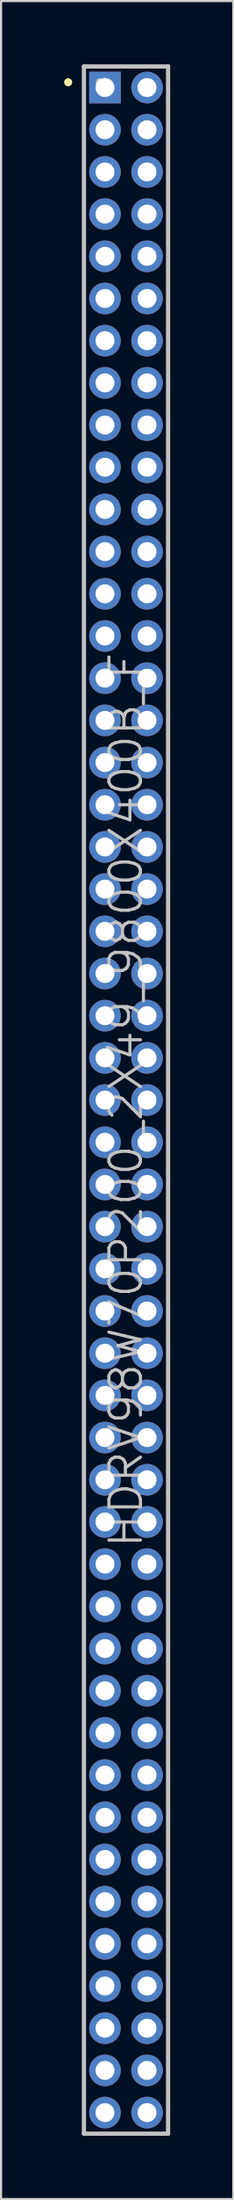
<source format=kicad_pcb>
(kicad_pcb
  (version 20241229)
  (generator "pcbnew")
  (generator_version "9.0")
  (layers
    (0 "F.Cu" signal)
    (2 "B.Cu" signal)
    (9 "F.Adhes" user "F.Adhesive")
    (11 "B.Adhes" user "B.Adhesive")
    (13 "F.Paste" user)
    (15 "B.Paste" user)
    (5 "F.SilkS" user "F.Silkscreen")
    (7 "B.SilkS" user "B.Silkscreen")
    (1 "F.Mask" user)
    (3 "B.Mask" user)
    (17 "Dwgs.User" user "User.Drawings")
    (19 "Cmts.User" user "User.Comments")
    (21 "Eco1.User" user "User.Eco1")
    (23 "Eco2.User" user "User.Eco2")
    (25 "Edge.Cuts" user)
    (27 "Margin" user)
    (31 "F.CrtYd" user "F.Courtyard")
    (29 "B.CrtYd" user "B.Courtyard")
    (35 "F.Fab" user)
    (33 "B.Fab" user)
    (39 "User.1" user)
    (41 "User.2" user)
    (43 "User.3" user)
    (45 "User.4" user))
  (footprint "HDRV98W70P200_2X49_9800X400B_F"
    (layer "F.Cu")
    (at 2.941 49.1)
    (property "Reference" "HDRV98W70P200_2X49_9800X400B_F" (at 0 0 90) (layer "Dwgs.User") (effects (font (size 1.5 1.5) (thickness 0.15))))
    (attr through_hole)
    (fp_line (start -2.75 -48.25) (end -2.75 -48.25) (stroke (width 0.381) (type solid)) (layer "F.SilkS"))
    (fp_line (start -2 -49) (end -2 49) (stroke (width 0.2) (type solid)) (layer "Dwgs.User"))
    (fp_line (start -2 -49) (end 2 -49) (stroke (width 0.2) (type solid)) (layer "Dwgs.User"))
    (fp_line (start -2 49) (end 2 49) (stroke (width 0.2) (type solid)) (layer "Dwgs.User"))
    (fp_line (start -1.25 -48.25) (end -1.25 -48.25) (stroke (width 0.381) (type solid)) (layer "Dwgs.User"))
    (fp_line (start 2 -49) (end 2 49) (stroke (width 0.2) (type solid)) (layer "Dwgs.User"))
    (pad "1" thru_hole rect (at -1 -48) (size 1.5 1.5) (drill 0.9) (layers "*.Cu" "*.Mask"))
    (pad "2" thru_hole circle (at 1 -48 270) (size 1.5 1.5) (drill 0.9) (layers "*.Cu" "*.Mask"))
    (pad "3" thru_hole circle (at -1 -46 270) (size 1.5 1.5) (drill 0.9) (layers "*.Cu" "*.Mask"))
    (pad "4" thru_hole circle (at 1 -46 270) (size 1.5 1.5) (drill 0.9) (layers "*.Cu" "*.Mask"))
    (pad "5" thru_hole circle (at -1 -44 270) (size 1.5 1.5) (drill 0.9) (layers "*.Cu" "*.Mask"))
    (pad "6" thru_hole circle (at 1 -44 270) (size 1.5 1.5) (drill 0.9) (layers "*.Cu" "*.Mask"))
    (pad "7" thru_hole circle (at -1 -42 270) (size 1.5 1.5) (drill 0.9) (layers "*.Cu" "*.Mask"))
    (pad "8" thru_hole circle (at 1 -42 270) (size 1.5 1.5) (drill 0.9) (layers "*.Cu" "*.Mask"))
    (pad "9" thru_hole circle (at -1 -40 270) (size 1.5 1.5) (drill 0.9) (layers "*.Cu" "*.Mask"))
    (pad "10" thru_hole circle (at 1 -40 270) (size 1.5 1.5) (drill 0.9) (layers "*.Cu" "*.Mask"))
    (pad "11" thru_hole circle (at -1 -38 270) (size 1.5 1.5) (drill 0.9) (layers "*.Cu" "*.Mask"))
    (pad "12" thru_hole circle (at 1 -38 270) (size 1.5 1.5) (drill 0.9) (layers "*.Cu" "*.Mask"))
    (pad "13" thru_hole circle (at -1 -36 270) (size 1.5 1.5) (drill 0.9) (layers "*.Cu" "*.Mask"))
    (pad "14" thru_hole circle (at 1 -36 270) (size 1.5 1.5) (drill 0.9) (layers "*.Cu" "*.Mask"))
    (pad "15" thru_hole circle (at -1 -34 270) (size 1.5 1.5) (drill 0.9) (layers "*.Cu" "*.Mask"))
    (pad "16" thru_hole circle (at 1 -34 270) (size 1.5 1.5) (drill 0.9) (layers "*.Cu" "*.Mask"))
    (pad "17" thru_hole circle (at -1 -32 270) (size 1.5 1.5) (drill 0.9) (layers "*.Cu" "*.Mask"))
    (pad "18" thru_hole circle (at 1 -32 270) (size 1.5 1.5) (drill 0.9) (layers "*.Cu" "*.Mask"))
    (pad "19" thru_hole circle (at -1 -30 270) (size 1.5 1.5) (drill 0.9) (layers "*.Cu" "*.Mask"))
    (pad "20" thru_hole circle (at 1 -30 270) (size 1.5 1.5) (drill 0.9) (layers "*.Cu" "*.Mask"))
    (pad "21" thru_hole circle (at -1 -28 270) (size 1.5 1.5) (drill 0.9) (layers "*.Cu" "*.Mask"))
    (pad "22" thru_hole circle (at 1 -28 270) (size 1.5 1.5) (drill 0.9) (layers "*.Cu" "*.Mask"))
    (pad "23" thru_hole circle (at -1 -26 270) (size 1.5 1.5) (drill 0.9) (layers "*.Cu" "*.Mask"))
    (pad "24" thru_hole circle (at 1 -26 270) (size 1.5 1.5) (drill 0.9) (layers "*.Cu" "*.Mask"))
    (pad "25" thru_hole circle (at -1 -24 270) (size 1.5 1.5) (drill 0.9) (layers "*.Cu" "*.Mask"))
    (pad "26" thru_hole circle (at 1 -24 270) (size 1.5 1.5) (drill 0.9) (layers "*.Cu" "*.Mask"))
    (pad "27" thru_hole circle (at -1 -22 270) (size 1.5 1.5) (drill 0.9) (layers "*.Cu" "*.Mask"))
    (pad "28" thru_hole circle (at 1 -22 270) (size 1.5 1.5) (drill 0.9) (layers "*.Cu" "*.Mask"))
    (pad "29" thru_hole circle (at -1 -20 270) (size 1.5 1.5) (drill 0.9) (layers "*.Cu" "*.Mask"))
    (pad "30" thru_hole circle (at 1 -20 270) (size 1.5 1.5) (drill 0.9) (layers "*.Cu" "*.Mask"))
    (pad "31" thru_hole circle (at -1 -18 270) (size 1.5 1.5) (drill 0.9) (layers "*.Cu" "*.Mask"))
    (pad "32" thru_hole circle (at 1 -18 270) (size 1.5 1.5) (drill 0.9) (layers "*.Cu" "*.Mask"))
    (pad "33" thru_hole circle (at -1 -16 270) (size 1.5 1.5) (drill 0.9) (layers "*.Cu" "*.Mask"))
    (pad "34" thru_hole circle (at 1 -16 270) (size 1.5 1.5) (drill 0.9) (layers "*.Cu" "*.Mask"))
    (pad "35" thru_hole circle (at -1 -14 270) (size 1.5 1.5) (drill 0.9) (layers "*.Cu" "*.Mask"))
    (pad "36" thru_hole circle (at 1 -14 270) (size 1.5 1.5) (drill 0.9) (layers "*.Cu" "*.Mask"))
    (pad "37" thru_hole circle (at -1 -12 270) (size 1.5 1.5) (drill 0.9) (layers "*.Cu" "*.Mask"))
    (pad "38" thru_hole circle (at 1 -12 270) (size 1.5 1.5) (drill 0.9) (layers "*.Cu" "*.Mask"))
    (pad "39" thru_hole circle (at -1 -10 270) (size 1.5 1.5) (drill 0.9) (layers "*.Cu" "*.Mask"))
    (pad "40" thru_hole circle (at 1 -10 270) (size 1.5 1.5) (drill 0.9) (layers "*.Cu" "*.Mask"))
    (pad "41" thru_hole circle (at -1 -8 270) (size 1.5 1.5) (drill 0.9) (layers "*.Cu" "*.Mask"))
    (pad "42" thru_hole circle (at 1 -8 270) (size 1.5 1.5) (drill 0.9) (layers "*.Cu" "*.Mask"))
    (pad "43" thru_hole circle (at -1 -6 270) (size 1.5 1.5) (drill 0.9) (layers "*.Cu" "*.Mask"))
    (pad "44" thru_hole circle (at 1 -6 270) (size 1.5 1.5) (drill 0.9) (layers "*.Cu" "*.Mask"))
    (pad "45" thru_hole circle (at -1 -4 270) (size 1.5 1.5) (drill 0.9) (layers "*.Cu" "*.Mask"))
    (pad "46" thru_hole circle (at 1 -4 270) (size 1.5 1.5) (drill 0.9) (layers "*.Cu" "*.Mask"))
    (pad "47" thru_hole circle (at -1 -2 270) (size 1.5 1.5) (drill 0.9) (layers "*.Cu" "*.Mask"))
    (pad "48" thru_hole circle (at 1 -2 270) (size 1.5 1.5) (drill 0.9) (layers "*.Cu" "*.Mask"))
    (pad "49" thru_hole circle (at -1 0 270) (size 1.5 1.5) (drill 0.9) (layers "*.Cu" "*.Mask"))
    (pad "50" thru_hole circle (at 1 0 270) (size 1.5 1.5) (drill 0.9) (layers "*.Cu" "*.Mask"))
    (pad "51" thru_hole circle (at -1 2 270) (size 1.5 1.5) (drill 0.9) (layers "*.Cu" "*.Mask"))
    (pad "52" thru_hole circle (at 1 2 270) (size 1.5 1.5) (drill 0.9) (layers "*.Cu" "*.Mask"))
    (pad "53" thru_hole circle (at -1 4 270) (size 1.5 1.5) (drill 0.9) (layers "*.Cu" "*.Mask"))
    (pad "54" thru_hole circle (at 1 4 270) (size 1.5 1.5) (drill 0.9) (layers "*.Cu" "*.Mask"))
    (pad "55" thru_hole circle (at -1 6 270) (size 1.5 1.5) (drill 0.9) (layers "*.Cu" "*.Mask"))
    (pad "56" thru_hole circle (at 1 6 270) (size 1.5 1.5) (drill 0.9) (layers "*.Cu" "*.Mask"))
    (pad "57" thru_hole circle (at -1 8 270) (size 1.5 1.5) (drill 0.9) (layers "*.Cu" "*.Mask"))
    (pad "58" thru_hole circle (at 1 8 270) (size 1.5 1.5) (drill 0.9) (layers "*.Cu" "*.Mask"))
    (pad "59" thru_hole circle (at -1 10 270) (size 1.5 1.5) (drill 0.9) (layers "*.Cu" "*.Mask"))
    (pad "60" thru_hole circle (at 1 10 270) (size 1.5 1.5) (drill 0.9) (layers "*.Cu" "*.Mask"))
    (pad "61" thru_hole circle (at -1 12 270) (size 1.5 1.5) (drill 0.9) (layers "*.Cu" "*.Mask"))
    (pad "62" thru_hole circle (at 1 12 270) (size 1.5 1.5) (drill 0.9) (layers "*.Cu" "*.Mask"))
    (pad "63" thru_hole circle (at -1 14 270) (size 1.5 1.5) (drill 0.9) (layers "*.Cu" "*.Mask"))
    (pad "64" thru_hole circle (at 1 14 270) (size 1.5 1.5) (drill 0.9) (layers "*.Cu" "*.Mask"))
    (pad "65" thru_hole circle (at -1 16 270) (size 1.5 1.5) (drill 0.9) (layers "*.Cu" "*.Mask"))
    (pad "66" thru_hole circle (at 1 16 270) (size 1.5 1.5) (drill 0.9) (layers "*.Cu" "*.Mask"))
    (pad "67" thru_hole circle (at -1 18 270) (size 1.5 1.5) (drill 0.9) (layers "*.Cu" "*.Mask"))
    (pad "68" thru_hole circle (at 1 18 270) (size 1.5 1.5) (drill 0.9) (layers "*.Cu" "*.Mask"))
    (pad "69" thru_hole circle (at -1 20 270) (size 1.5 1.5) (drill 0.9) (layers "*.Cu" "*.Mask"))
    (pad "70" thru_hole circle (at 1 20 270) (size 1.5 1.5) (drill 0.9) (layers "*.Cu" "*.Mask"))
    (pad "71" thru_hole circle (at -1 22 270) (size 1.5 1.5) (drill 0.9) (layers "*.Cu" "*.Mask"))
    (pad "72" thru_hole circle (at 1 22 270) (size 1.5 1.5) (drill 0.9) (layers "*.Cu" "*.Mask"))
    (pad "73" thru_hole circle (at -1 24 270) (size 1.5 1.5) (drill 0.9) (layers "*.Cu" "*.Mask"))
    (pad "74" thru_hole circle (at 1 24 270) (size 1.5 1.5) (drill 0.9) (layers "*.Cu" "*.Mask"))
    (pad "75" thru_hole circle (at -1 26 270) (size 1.5 1.5) (drill 0.9) (layers "*.Cu" "*.Mask"))
    (pad "76" thru_hole circle (at 1 26 270) (size 1.5 1.5) (drill 0.9) (layers "*.Cu" "*.Mask"))
    (pad "77" thru_hole circle (at -1 28 270) (size 1.5 1.5) (drill 0.9) (layers "*.Cu" "*.Mask"))
    (pad "78" thru_hole circle (at 1 28 270) (size 1.5 1.5) (drill 0.9) (layers "*.Cu" "*.Mask"))
    (pad "79" thru_hole circle (at -1 30 270) (size 1.5 1.5) (drill 0.9) (layers "*.Cu" "*.Mask"))
    (pad "80" thru_hole circle (at 1 30 270) (size 1.5 1.5) (drill 0.9) (layers "*.Cu" "*.Mask"))
    (pad "81" thru_hole circle (at -1 32 270) (size 1.5 1.5) (drill 0.9) (layers "*.Cu" "*.Mask"))
    (pad "82" thru_hole circle (at 1 32 270) (size 1.5 1.5) (drill 0.9) (layers "*.Cu" "*.Mask"))
    (pad "83" thru_hole circle (at -1 34 270) (size 1.5 1.5) (drill 0.9) (layers "*.Cu" "*.Mask"))
    (pad "84" thru_hole circle (at 1 34 270) (size 1.5 1.5) (drill 0.9) (layers "*.Cu" "*.Mask"))
    (pad "85" thru_hole circle (at -1 36 270) (size 1.5 1.5) (drill 0.9) (layers "*.Cu" "*.Mask"))
    (pad "86" thru_hole circle (at 1 36 270) (size 1.5 1.5) (drill 0.9) (layers "*.Cu" "*.Mask"))
    (pad "87" thru_hole circle (at -1 38 270) (size 1.5 1.5) (drill 0.9) (layers "*.Cu" "*.Mask"))
    (pad "88" thru_hole circle (at 1 38 270) (size 1.5 1.5) (drill 0.9) (layers "*.Cu" "*.Mask"))
    (pad "89" thru_hole circle (at -1 40 270) (size 1.5 1.5) (drill 0.9) (layers "*.Cu" "*.Mask"))
    (pad "90" thru_hole circle (at 1 40 270) (size 1.5 1.5) (drill 0.9) (layers "*.Cu" "*.Mask"))
    (pad "91" thru_hole circle (at -1 42 270) (size 1.5 1.5) (drill 0.9) (layers "*.Cu" "*.Mask"))
    (pad "92" thru_hole circle (at 1 42 270) (size 1.5 1.5) (drill 0.9) (layers "*.Cu" "*.Mask"))
    (pad "93" thru_hole circle (at -1 44 270) (size 1.5 1.5) (drill 0.9) (layers "*.Cu" "*.Mask"))
    (pad "94" thru_hole circle (at 1 44 270) (size 1.5 1.5) (drill 0.9) (layers "*.Cu" "*.Mask"))
    (pad "95" thru_hole circle (at -1 46 270) (size 1.5 1.5) (drill 0.9) (layers "*.Cu" "*.Mask"))
    (pad "96" thru_hole circle (at 1 46 270) (size 1.5 1.5) (drill 0.9) (layers "*.Cu" "*.Mask"))
    (pad "97" thru_hole circle (at -1 48 270) (size 1.5 1.5) (drill 0.9) (layers "*.Cu" "*.Mask"))
    (pad "98" thru_hole circle (at 1 48 270) (size 1.5 1.5) (drill 0.9) (layers "*.Cu" "*.Mask")))
  (gr_rect
    (start -3 -3)
    (end 8.04 101.2)
    (stroke (width 0.1) (type default))
    (fill no)
    (layer "Edge.Cuts")))
</source>
